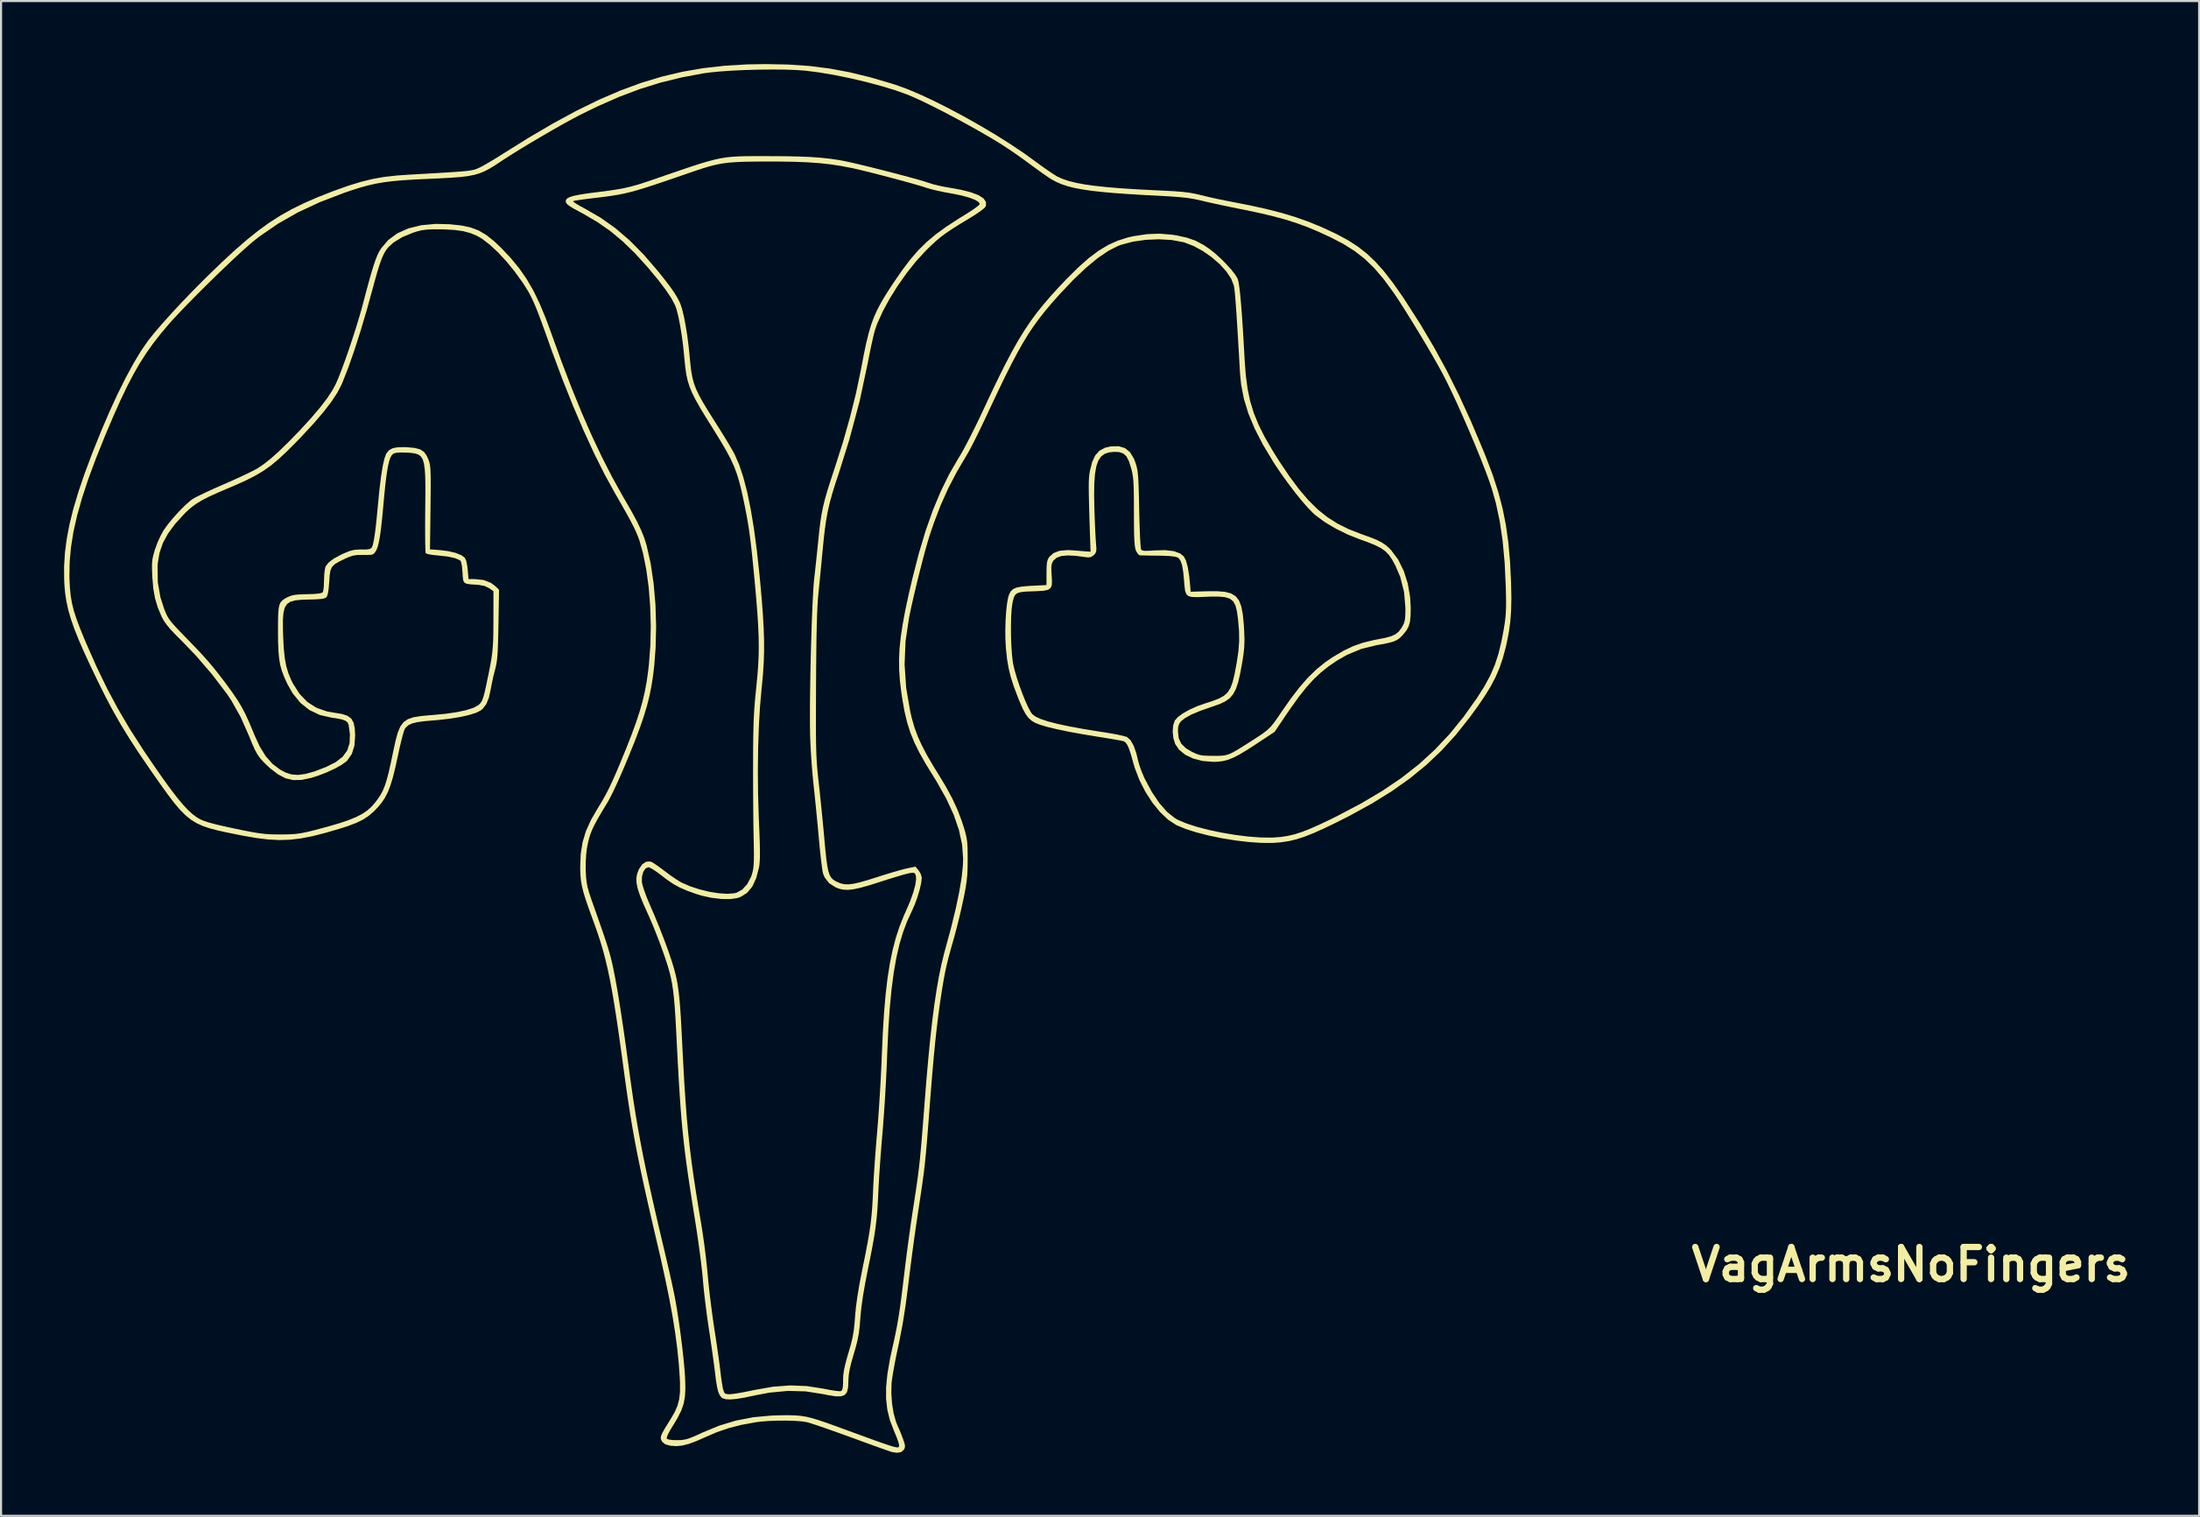
<source format=kicad_pcb>
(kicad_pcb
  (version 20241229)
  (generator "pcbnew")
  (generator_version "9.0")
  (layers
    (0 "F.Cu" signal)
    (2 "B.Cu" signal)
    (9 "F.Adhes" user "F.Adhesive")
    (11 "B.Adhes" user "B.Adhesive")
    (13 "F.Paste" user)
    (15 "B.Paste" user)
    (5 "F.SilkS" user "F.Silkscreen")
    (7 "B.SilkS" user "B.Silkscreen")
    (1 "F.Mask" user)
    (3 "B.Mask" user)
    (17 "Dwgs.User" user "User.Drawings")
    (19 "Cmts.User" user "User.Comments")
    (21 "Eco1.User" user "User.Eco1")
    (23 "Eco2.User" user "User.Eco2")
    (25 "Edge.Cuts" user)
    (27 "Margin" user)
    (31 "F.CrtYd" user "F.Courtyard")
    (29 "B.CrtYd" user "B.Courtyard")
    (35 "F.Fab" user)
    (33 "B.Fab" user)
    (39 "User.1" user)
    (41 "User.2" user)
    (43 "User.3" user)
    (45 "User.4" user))
  (footprint "VagArmsNoFingers"
    (layer "F.Cu")
    (at 33.896 30.035)
    (property "Reference" "VagArmsNoFingers" (at 54 27.1 0) (layer "F.SilkS") (effects (font (size 1.524 1.524) (thickness 0.3))))
    (attr board_only exclude_from_pos_files exclude_from_bom)
    (fp_poly (pts (xy -0.642 -25.654) (xy -0.381 -25.654) (xy 0.381 -25.65) (xy 1.035 -25.637) (xy 1.6 -25.614) (xy 2.097 -25.579) (xy 2.544 -25.532) (xy 2.96 -25.471) (xy 3.207 -25.426) (xy 3.463 -25.372) (xy 3.803 -25.294) (xy 4.206 -25.198) (xy 4.651 -25.088) (xy 5.117 -24.97) (xy 5.585 -24.849) (xy 6.034 -24.731) (xy 6.443 -24.621) (xy 6.791 -24.524) (xy 7.058 -24.445) (xy 7.223 -24.39) (xy 7.23 -24.387) (xy 7.437 -24.322) (xy 7.722 -24.251) (xy 8.04 -24.186) (xy 8.206 -24.158) (xy 8.805 -24.049) (xy 9.28 -23.926) (xy 9.633 -23.79) (xy 9.865 -23.638) (xy 9.978 -23.47) (xy 9.974 -23.285) (xy 9.967 -23.264) (xy 9.891 -23.175) (xy 9.721 -23.041) (xy 9.476 -22.873) (xy 9.196 -22.699) (xy 8.743 -22.425) (xy 8.378 -22.195) (xy 8.078 -21.993) (xy 7.822 -21.802) (xy 7.585 -21.604) (xy 7.346 -21.383) (xy 7.082 -21.122) (xy 7.08 -21.12) (xy 6.633 -20.63) (xy 6.191 -20.073) (xy 5.772 -19.476) (xy 5.391 -18.866) (xy 5.065 -18.267) (xy 4.812 -17.706) (xy 4.7 -17.395) (xy 4.647 -17.2) (xy 4.578 -16.908) (xy 4.499 -16.549) (xy 4.418 -16.151) (xy 4.346 -15.78) (xy 3.962 -13.985) (xy 3.47 -12.147) (xy 2.986 -10.604) (xy 2.804 -10.054) (xy 2.659 -9.583) (xy 2.543 -9.163) (xy 2.451 -8.765) (xy 2.376 -8.358) (xy 2.312 -7.913) (xy 2.253 -7.4) (xy 2.194 -6.795) (xy 2.151 -6.345) (xy 2.102 -5.835) (xy 2.052 -5.328) (xy 2.007 -4.882) (xy 2.004 -4.858) (xy 1.979 -4.57) (xy 1.958 -4.228) (xy 1.94 -3.822) (xy 1.925 -3.34) (xy 1.912 -2.773) (xy 1.903 -2.11) (xy 1.895 -1.34) (xy 1.89 -0.508) (xy 1.887 0.249) (xy 1.885 0.893) (xy 1.884 1.439) (xy 1.886 1.901) (xy 1.891 2.292) (xy 1.899 2.628) (xy 1.91 2.923) (xy 1.925 3.19) (xy 1.944 3.445) (xy 1.967 3.7) (xy 1.996 3.972) (xy 2.017 4.159) (xy 2.07 4.644) (xy 2.128 5.207) (xy 2.187 5.801) (xy 2.243 6.375) (xy 2.284 6.826) (xy 2.333 7.362) (xy 2.378 7.786) (xy 2.423 8.114) (xy 2.472 8.36) (xy 2.53 8.541) (xy 2.6 8.671) (xy 2.687 8.766) (xy 2.795 8.84) (xy 2.859 8.874) (xy 3.041 8.953) (xy 3.227 8.998) (xy 3.435 9.006) (xy 3.686 8.975) (xy 4.001 8.902) (xy 4.399 8.787) (xy 4.758 8.673) (xy 5.138 8.552) (xy 5.508 8.44) (xy 5.838 8.344) (xy 6.098 8.274) (xy 6.217 8.246) (xy 6.618 8.163) (xy 6.77 8.34) (xy 6.873 8.508) (xy 6.921 8.681) (xy 6.921 8.693) (xy 6.895 8.935) (xy 6.823 9.252) (xy 6.717 9.608) (xy 6.588 9.963) (xy 6.448 10.281) (xy 6.441 10.296) (xy 6.218 10.78) (xy 6.024 11.303) (xy 5.855 11.875) (xy 5.71 12.505) (xy 5.587 13.206) (xy 5.485 13.987) (xy 5.401 14.86) (xy 5.334 15.834) (xy 5.282 16.922) (xy 5.27 17.24) (xy 5.245 17.838) (xy 5.211 18.508) (xy 5.17 19.208) (xy 5.124 19.893) (xy 5.078 20.519) (xy 5.052 20.828) (xy 5.008 21.352) (xy 4.965 21.895) (xy 4.927 22.425) (xy 4.894 22.912) (xy 4.87 23.326) (xy 4.859 23.558) (xy 4.835 24.072) (xy 4.807 24.523) (xy 4.77 24.938) (xy 4.721 25.346) (xy 4.656 25.774) (xy 4.572 26.25) (xy 4.465 26.803) (xy 4.375 27.241) (xy 4.233 27.967) (xy 4.125 28.588) (xy 4.049 29.123) (xy 4.002 29.59) (xy 3.998 29.654) (xy 3.965 30.067) (xy 3.921 30.41) (xy 3.856 30.736) (xy 3.762 31.097) (xy 3.685 31.359) (xy 3.568 31.764) (xy 3.491 32.084) (xy 3.447 32.351) (xy 3.43 32.598) (xy 3.429 32.672) (xy 3.414 32.966) (xy 3.361 33.175) (xy 3.254 33.309) (xy 3.08 33.372) (xy 2.823 33.373) (xy 2.47 33.319) (xy 2.23 33.269) (xy 1.403 33.139) (xy 0.562 33.114) (xy -0.314 33.196) (xy -0.996 33.324) (xy -1.5 33.431) (xy -1.898 33.497) (xy -2.2 33.523) (xy -2.419 33.51) (xy -2.567 33.458) (xy -2.628 33.409) (xy -2.707 33.295) (xy -2.771 33.136) (xy -2.825 32.91) (xy -2.875 32.595) (xy -2.92 32.226) (xy -2.952 31.967) (xy -2.999 31.613) (xy -3.058 31.194) (xy -3.123 30.741) (xy -3.192 30.283) (xy -3.206 30.194) (xy -3.277 29.711) (xy -3.345 29.198) (xy -3.407 28.693) (xy -3.458 28.235) (xy -3.492 27.862) (xy -3.493 27.845) (xy -3.524 27.514) (xy -3.572 27.088) (xy -3.634 26.596) (xy -3.706 26.068) (xy -3.784 25.534) (xy -3.844 25.146) (xy -3.974 24.328) (xy -4.087 23.601) (xy -4.186 22.946) (xy -4.271 22.346) (xy -4.345 21.784) (xy -4.409 21.244) (xy -4.465 20.707) (xy -4.516 20.157) (xy -4.561 19.577) (xy -4.604 18.948) (xy -4.647 18.254) (xy -4.69 17.478) (xy -4.735 16.603) (xy -4.764 16.034) (xy -4.798 15.395) (xy -4.834 14.863) (xy -4.872 14.419) (xy -4.915 14.043) (xy -4.965 13.716) (xy -5.025 13.419) (xy -5.083 13.18) (xy -5.185 12.832) (xy -5.328 12.402) (xy -5.499 11.924) (xy -5.685 11.433) (xy -5.874 10.962) (xy -6.053 10.545) (xy -6.101 10.44) (xy -6.325 9.942) (xy -6.489 9.537) (xy -6.598 9.208) (xy -6.654 8.936) (xy -6.661 8.704) (xy -6.622 8.494) (xy -6.542 8.29) (xy -6.54 8.285) (xy -6.383 8.054) (xy -6.197 7.928) (xy -5.997 7.918) (xy -5.953 7.932) (xy -5.843 7.994) (xy -5.663 8.115) (xy -5.443 8.275) (xy -5.302 8.382) (xy -5.05 8.57) (xy -4.798 8.744) (xy -4.586 8.878) (xy -4.508 8.921) (xy -4.106 9.097) (xy -3.66 9.243) (xy -3.201 9.356) (xy -2.755 9.428) (xy -2.352 9.456) (xy -2.02 9.434) (xy -1.887 9.402) (xy -1.618 9.251) (xy -1.386 8.994) (xy -1.206 8.655) (xy -1.161 8.525) (xy -1.122 8.384) (xy -1.095 8.236) (xy -1.077 8.058) (xy -1.068 7.83) (xy -1.067 7.531) (xy -1.073 7.139) (xy -1.079 6.826) (xy -1.087 6.426) (xy -1.094 5.928) (xy -1.099 5.358) (xy -1.104 4.745) (xy -1.106 4.118) (xy -1.107 3.504) (xy -1.106 3.239) (xy -1.104 2.569) (xy -1.098 2.004) (xy -1.088 1.522) (xy -1.073 1.099) (xy -1.052 0.714) (xy -1.025 0.344) (xy -0.99 -0.033) (xy -0.963 -0.288) (xy -0.909 -0.835) (xy -0.869 -1.337) (xy -0.844 -1.817) (xy -0.835 -2.296) (xy -0.842 -2.797) (xy -0.866 -3.34) (xy -0.905 -3.949) (xy -0.961 -4.644) (xy -1.017 -5.271) (xy -1.083 -5.962) (xy -1.141 -6.548) (xy -1.195 -7.049) (xy -1.247 -7.484) (xy -1.301 -7.874) (xy -1.359 -8.24) (xy -1.424 -8.603) (xy -1.498 -8.982) (xy -1.56 -9.285) (xy -1.665 -9.76) (xy -1.768 -10.169) (xy -1.88 -10.535) (xy -2.01 -10.881) (xy -2.169 -11.23) (xy -2.367 -11.606) (xy -2.614 -12.03) (xy -2.919 -12.528) (xy -3.053 -12.743) (xy -3.379 -13.264) (xy -3.642 -13.7) (xy -3.849 -14.068) (xy -4.01 -14.389) (xy -4.13 -14.682) (xy -4.219 -14.967) (xy -4.284 -15.262) (xy -4.331 -15.587) (xy -4.37 -15.962) (xy -4.382 -16.091) (xy -4.435 -16.617) (xy -4.503 -17.131) (xy -4.581 -17.608) (xy -4.664 -18.025) (xy -4.749 -18.358) (xy -4.817 -18.552) (xy -4.99 -18.881) (xy -5.263 -19.289) (xy -5.633 -19.775) (xy -6.1 -20.338) (xy -6.114 -20.354) (xy -6.719 -21.023) (xy -7.305 -21.592) (xy -7.895 -22.084) (xy -8.515 -22.516) (xy -9.189 -22.911) (xy -9.331 -22.986) (xy -9.635 -23.151) (xy -9.84 -23.276) (xy -9.962 -23.374) (xy -10.016 -23.456) (xy -10.022 -23.48) (xy -10.018 -23.512) (xy -9.675 -23.512) (xy -9.646 -23.472) (xy -9.523 -23.387) (xy -9.326 -23.271) (xy -9.105 -23.152) (xy -8.359 -22.721) (xy -7.653 -22.22) (xy -6.971 -21.634) (xy -6.297 -20.95) (xy -5.645 -20.193) (xy -5.316 -19.783) (xy -5.061 -19.449) (xy -4.866 -19.171) (xy -4.718 -18.931) (xy -4.605 -18.711) (xy -4.57 -18.633) (xy -4.487 -18.384) (xy -4.401 -18.032) (xy -4.317 -17.599) (xy -4.239 -17.11) (xy -4.172 -16.588) (xy -4.126 -16.129) (xy -4.088 -15.735) (xy -4.047 -15.402) (xy -3.993 -15.11) (xy -3.92 -14.839) (xy -3.819 -14.569) (xy -3.683 -14.281) (xy -3.503 -13.954) (xy -3.272 -13.57) (xy -2.981 -13.107) (xy -2.844 -12.89) (xy -2.621 -12.537) (xy -2.408 -12.191) (xy -2.221 -11.879) (xy -2.073 -11.625) (xy -1.985 -11.462) (xy -1.769 -10.966) (xy -1.57 -10.368) (xy -1.387 -9.664) (xy -1.219 -8.851) (xy -1.066 -7.924) (xy -0.926 -6.879) (xy -0.8 -5.713) (xy -0.763 -5.323) (xy -0.691 -4.511) (xy -0.638 -3.802) (xy -0.602 -3.175) (xy -0.584 -2.609) (xy -0.583 -2.082) (xy -0.599 -1.571) (xy -0.631 -1.054) (xy -0.68 -0.511) (xy -0.703 -0.286) (xy -0.778 0.556) (xy -0.832 1.497) (xy -0.866 2.512) (xy -0.879 3.576) (xy -0.87 4.662) (xy -0.839 5.746) (xy -0.828 6.001) (xy -0.804 6.576) (xy -0.788 7.04) (xy -0.781 7.409) (xy -0.782 7.7) (xy -0.792 7.927) (xy -0.81 8.108) (xy -0.824 8.191) (xy -0.956 8.707) (xy -1.144 9.112) (xy -1.391 9.409) (xy -1.7 9.603) (xy -1.857 9.657) (xy -2.199 9.707) (xy -2.62 9.703) (xy -3.083 9.647) (xy -3.555 9.544) (xy -3.793 9.471) (xy -4.233 9.314) (xy -4.589 9.16) (xy -4.902 8.989) (xy -5.212 8.778) (xy -5.47 8.579) (xy -5.692 8.412) (xy -5.891 8.281) (xy -6.038 8.204) (xy -6.087 8.191) (xy -6.224 8.25) (xy -6.33 8.404) (xy -6.393 8.627) (xy -6.399 8.888) (xy -6.362 9.064) (xy -6.28 9.321) (xy -6.166 9.628) (xy -6.035 9.941) (xy -5.792 10.504) (xy -5.555 11.082) (xy -5.334 11.651) (xy -5.138 12.184) (xy -4.978 12.655) (xy -4.862 13.039) (xy -4.859 13.049) (xy -4.793 13.306) (xy -4.737 13.559) (xy -4.69 13.822) (xy -4.649 14.113) (xy -4.612 14.448) (xy -4.579 14.842) (xy -4.547 15.313) (xy -4.515 15.877) (xy -4.481 16.549) (xy -4.477 16.637) (xy -4.425 17.645) (xy -4.374 18.547) (xy -4.319 19.364) (xy -4.261 20.119) (xy -4.195 20.832) (xy -4.12 21.525) (xy -4.034 22.218) (xy -3.934 22.934) (xy -3.818 23.693) (xy -3.684 24.517) (xy -3.584 25.112) (xy -3.505 25.607) (xy -3.427 26.163) (xy -3.356 26.728) (xy -3.298 27.254) (xy -3.27 27.557) (xy -3.227 28.004) (xy -3.169 28.532) (xy -3.099 29.096) (xy -3.025 29.652) (xy -2.954 30.131) (xy -2.884 30.585) (xy -2.817 31.042) (xy -2.756 31.47) (xy -2.705 31.839) (xy -2.67 32.12) (xy -2.665 32.163) (xy -2.629 32.463) (xy -2.588 32.743) (xy -2.55 32.961) (xy -2.533 33.036) (xy -2.483 33.19) (xy -2.409 33.257) (xy -2.266 33.274) (xy -2.221 33.274) (xy -2.07 33.26) (xy -1.824 33.223) (xy -1.514 33.168) (xy -1.169 33.098) (xy -1.033 33.069) (xy -0.154 32.915) (xy 0.667 32.854) (xy 1.459 32.886) (xy 2.249 33.01) (xy 2.264 33.013) (xy 2.556 33.071) (xy 2.809 33.111) (xy 2.993 33.13) (xy 3.074 33.126) (xy 3.129 33.077) (xy 3.16 32.966) (xy 3.174 32.767) (xy 3.175 32.623) (xy 3.185 32.376) (xy 3.221 32.117) (xy 3.288 31.814) (xy 3.393 31.435) (xy 3.432 31.305) (xy 3.549 30.896) (xy 3.631 30.555) (xy 3.686 30.229) (xy 3.725 29.869) (xy 3.745 29.593) (xy 3.788 29.132) (xy 3.859 28.609) (xy 3.961 28.005) (xy 4.098 27.302) (xy 4.117 27.21) (xy 4.244 26.584) (xy 4.345 26.055) (xy 4.424 25.596) (xy 4.485 25.178) (xy 4.53 24.776) (xy 4.564 24.362) (xy 4.59 23.909) (xy 4.606 23.527) (xy 4.623 23.172) (xy 4.651 22.722) (xy 4.685 22.21) (xy 4.726 21.667) (xy 4.769 21.126) (xy 4.797 20.796) (xy 4.843 20.237) (xy 4.888 19.594) (xy 4.932 18.908) (xy 4.971 18.221) (xy 5.002 17.576) (xy 5.017 17.209) (xy 5.064 16.118) (xy 5.124 15.141) (xy 5.199 14.266) (xy 5.291 13.481) (xy 5.402 12.775) (xy 5.533 12.135) (xy 5.687 11.548) (xy 5.866 11.004) (xy 6.071 10.489) (xy 6.162 10.288) (xy 6.361 9.826) (xy 6.512 9.406) (xy 6.611 9.045) (xy 6.652 8.76) (xy 6.641 8.601) (xy 6.602 8.493) (xy 6.533 8.454) (xy 6.391 8.464) (xy 6.346 8.471) (xy 6.206 8.503) (xy 5.97 8.568) (xy 5.661 8.66) (xy 5.304 8.77) (xy 4.929 8.891) (xy 4.419 9.052) (xy 4.009 9.167) (xy 3.679 9.238) (xy 3.41 9.268) (xy 3.185 9.259) (xy 2.985 9.214) (xy 2.826 9.151) (xy 2.513 8.95) (xy 2.301 8.679) (xy 2.229 8.509) (xy 2.201 8.382) (xy 2.166 8.15) (xy 2.127 7.834) (xy 2.085 7.458) (xy 2.044 7.041) (xy 2.027 6.858) (xy 1.981 6.347) (xy 1.927 5.786) (xy 1.871 5.221) (xy 1.817 4.694) (xy 1.77 4.255) (xy 1.721 3.763) (xy 1.676 3.203) (xy 1.639 2.631) (xy 1.614 2.103) (xy 1.608 1.905) (xy 1.601 1.474) (xy 1.599 0.957) (xy 1.601 0.372) (xy 1.609 -0.264) (xy 1.62 -0.934) (xy 1.634 -1.621) (xy 1.651 -2.308) (xy 1.671 -2.977) (xy 1.693 -3.611) (xy 1.717 -4.194) (xy 1.742 -4.708) (xy 1.767 -5.136) (xy 1.793 -5.461) (xy 1.803 -5.556) (xy 1.846 -5.935) (xy 1.895 -6.387) (xy 1.946 -6.863) (xy 1.991 -7.31) (xy 2 -7.394) (xy 2.048 -7.858) (xy 2.097 -8.257) (xy 2.154 -8.616) (xy 2.223 -8.961) (xy 2.31 -9.317) (xy 2.422 -9.709) (xy 2.565 -10.164) (xy 2.743 -10.706) (xy 2.794 -10.858) (xy 3.173 -12.052) (xy 3.508 -13.233) (xy 3.792 -14.371) (xy 4.015 -15.435) (xy 4.026 -15.494) (xy 4.153 -16.158) (xy 4.269 -16.718) (xy 4.385 -17.194) (xy 4.506 -17.609) (xy 4.643 -17.983) (xy 4.802 -18.338) (xy 4.991 -18.696) (xy 5.219 -19.077) (xy 5.494 -19.502) (xy 5.584 -19.638) (xy 5.993 -20.23) (xy 6.375 -20.734) (xy 6.754 -21.172) (xy 7.151 -21.564) (xy 7.588 -21.931) (xy 8.088 -22.295) (xy 8.673 -22.676) (xy 8.985 -22.868) (xy 9.248 -23.034) (xy 9.465 -23.183) (xy 9.617 -23.301) (xy 9.683 -23.372) (xy 9.684 -23.378) (xy 9.623 -23.475) (xy 9.45 -23.577) (xy 9.179 -23.68) (xy 8.824 -23.778) (xy 8.401 -23.865) (xy 8.322 -23.878) (xy 7.98 -23.941) (xy 7.646 -24.012) (xy 7.362 -24.081) (xy 7.179 -24.135) (xy 6.975 -24.201) (xy 6.671 -24.291) (xy 6.291 -24.398) (xy 5.86 -24.516) (xy 5.4 -24.639) (xy 4.936 -24.76) (xy 4.492 -24.873) (xy 4.092 -24.973) (xy 3.759 -25.051) (xy 3.619 -25.082) (xy 3.11 -25.181) (xy 2.602 -25.259) (xy 2.074 -25.318) (xy 1.502 -25.359) (xy 0.863 -25.385) (xy 0.134 -25.396) (xy -0.349 -25.398) (xy -0.96 -25.395) (xy -1.466 -25.388) (xy -1.889 -25.372) (xy -2.252 -25.345) (xy -2.578 -25.303) (xy -2.887 -25.243) (xy -3.203 -25.162) (xy -3.547 -25.058) (xy -3.943 -24.926) (xy -4.128 -24.862) (xy -4.802 -24.629) (xy -5.373 -24.434) (xy -5.856 -24.272) (xy -6.267 -24.14) (xy -6.622 -24.032) (xy -6.937 -23.946) (xy -7.228 -23.877) (xy -7.511 -23.82) (xy -7.802 -23.771) (xy -8.116 -23.727) (xy -8.471 -23.683) (xy -8.73 -23.652) (xy -9.055 -23.612) (xy -9.334 -23.574) (xy -9.545 -23.541) (xy -9.661 -23.518) (xy -9.675 -23.512) (xy -10.018 -23.512) (xy -10.012 -23.57) (xy -9.947 -23.646) (xy -9.814 -23.713) (xy -9.6 -23.774) (xy -9.294 -23.833) (xy -8.881 -23.894) (xy -8.536 -23.938) (xy -8.028 -24.003) (xy -7.615 -24.064) (xy -7.262 -24.128) (xy -6.937 -24.202) (xy -6.608 -24.293) (xy -6.24 -24.41) (xy -5.874 -24.534) (xy -5.176 -24.775) (xy -4.583 -24.978) (xy -4.08 -25.148) (xy -3.651 -25.287) (xy -3.282 -25.397) (xy -2.958 -25.483) (xy -2.662 -25.548) (xy -2.38 -25.594) (xy -2.096 -25.624) (xy -1.796 -25.642) (xy -1.464 -25.651) (xy -1.084 -25.654)) (stroke (width 0) (type solid)) (fill yes) (layer "F.SilkS"))
    (fp_poly (pts (xy 0.563 -30.014) (xy 1.56 -29.946) (xy 2.521 -29.826) (xy 3.478 -29.648) (xy 4.465 -29.408) (xy 5.517 -29.099) (xy 5.683 -29.046) (xy 6.217 -28.853) (xy 6.832 -28.593) (xy 7.509 -28.277) (xy 8.228 -27.915) (xy 8.972 -27.517) (xy 9.719 -27.095) (xy 10.452 -26.659) (xy 11.15 -26.219) (xy 11.795 -25.786) (xy 12.297 -25.423) (xy 12.598 -25.202) (xy 12.889 -24.996) (xy 13.144 -24.824) (xy 13.337 -24.704) (xy 13.393 -24.672) (xy 13.64 -24.564) (xy 13.932 -24.467) (xy 14.279 -24.381) (xy 14.69 -24.305) (xy 15.175 -24.238) (xy 15.743 -24.178) (xy 16.406 -24.123) (xy 17.171 -24.074) (xy 18.049 -24.028) (xy 18.479 -24.008) (xy 18.962 -23.982) (xy 19.351 -23.95) (xy 19.679 -23.909) (xy 19.978 -23.853) (xy 20.225 -23.794) (xy 20.571 -23.71) (xy 20.979 -23.619) (xy 21.385 -23.535) (xy 21.59 -23.496) (xy 22.507 -23.317) (xy 23.318 -23.138) (xy 24.046 -22.952) (xy 24.711 -22.751) (xy 25.336 -22.529) (xy 25.943 -22.28) (xy 26.552 -21.997) (xy 26.725 -21.912) (xy 27.23 -21.637) (xy 27.687 -21.341) (xy 28.11 -21.008) (xy 28.515 -20.623) (xy 28.918 -20.171) (xy 29.334 -19.636) (xy 29.779 -19.004) (xy 29.918 -18.795) (xy 30.629 -17.686) (xy 31.286 -16.58) (xy 31.901 -15.454) (xy 32.486 -14.282) (xy 33.055 -13.04) (xy 33.62 -11.703) (xy 33.787 -11.29) (xy 34.102 -10.455) (xy 34.359 -9.662) (xy 34.563 -8.883) (xy 34.721 -8.092) (xy 34.837 -7.259) (xy 34.917 -6.359) (xy 34.966 -5.363) (xy 34.968 -5.3) (xy 34.981 -4.622) (xy 34.969 -4.035) (xy 34.93 -3.504) (xy 34.861 -2.997) (xy 34.759 -2.478) (xy 34.701 -2.233) (xy 34.57 -1.748) (xy 34.418 -1.3) (xy 34.233 -0.869) (xy 34.004 -0.431) (xy 33.72 0.034) (xy 33.37 0.548) (xy 32.978 1.085) (xy 32.337 1.891) (xy 31.662 2.631) (xy 30.939 3.318) (xy 30.153 3.961) (xy 29.29 4.572) (xy 28.337 5.163) (xy 27.279 5.744) (xy 26.638 6.068) (xy 26.054 6.349) (xy 25.557 6.571) (xy 25.126 6.741) (xy 24.741 6.865) (xy 24.381 6.95) (xy 24.024 7.004) (xy 23.649 7.032) (xy 23.622 7.033) (xy 23.088 7.032) (xy 22.489 6.992) (xy 21.852 6.917) (xy 21.206 6.812) (xy 20.576 6.682) (xy 19.99 6.532) (xy 19.474 6.368) (xy 19.057 6.194) (xy 19.029 6.181) (xy 18.642 5.926) (xy 18.26 5.564) (xy 17.896 5.117) (xy 17.565 4.603) (xy 17.28 4.043) (xy 17.055 3.457) (xy 16.982 3.206) (xy 16.874 2.82) (xy 16.781 2.543) (xy 16.696 2.357) (xy 16.611 2.245) (xy 16.534 2.197) (xy 16.439 2.174) (xy 16.241 2.136) (xy 15.96 2.087) (xy 15.62 2.031) (xy 15.245 1.971) (xy 14.543 1.855) (xy 13.911 1.739) (xy 13.362 1.625) (xy 12.906 1.515) (xy 12.555 1.412) (xy 12.335 1.326) (xy 12.154 1.221) (xy 12.002 1.087) (xy 11.864 0.902) (xy 11.726 0.645) (xy 11.573 0.297) (xy 11.492 0.095) (xy 11.298 -0.422) (xy 11.155 -0.869) (xy 11.053 -1.288) (xy 10.98 -1.719) (xy 10.929 -2.206) (xy 10.923 -2.266) (xy 10.901 -2.685) (xy 10.898 -3.132) (xy 10.911 -3.581) (xy 10.939 -4.003) (xy 10.981 -4.372) (xy 11.035 -4.661) (xy 11.079 -4.8) (xy 11.158 -4.944) (xy 11.269 -5.048) (xy 11.434 -5.119) (xy 11.675 -5.166) (xy 12.013 -5.196) (xy 12.16 -5.204) (xy 12.857 -5.239) (xy 12.858 -5.821) (xy 12.863 -6.116) (xy 12.881 -6.316) (xy 12.917 -6.454) (xy 12.978 -6.563) (xy 12.989 -6.578) (xy 13.195 -6.763) (xy 13.484 -6.871) (xy 13.865 -6.904) (xy 14.097 -6.892) (xy 14.359 -6.871) (xy 14.597 -6.852) (xy 14.759 -6.84) (xy 14.764 -6.84) (xy 14.954 -6.826) (xy 14.942 -7.176) (xy 14.918 -7.886) (xy 14.899 -8.482) (xy 14.885 -8.975) (xy 14.875 -9.377) (xy 14.869 -9.702) (xy 14.868 -9.96) (xy 14.871 -10.165) (xy 14.879 -10.328) (xy 14.891 -10.461) (xy 14.907 -10.577) (xy 14.921 -10.662) (xy 15.03 -11.093) (xy 15.179 -11.413) (xy 15.38 -11.636) (xy 15.644 -11.776) (xy 15.923 -11.839) (xy 16.296 -11.847) (xy 16.595 -11.756) (xy 16.832 -11.562) (xy 17.017 -11.256) (xy 17.095 -11.053) (xy 17.136 -10.919) (xy 17.169 -10.782) (xy 17.195 -10.624) (xy 17.215 -10.429) (xy 17.231 -10.178) (xy 17.244 -9.855) (xy 17.255 -9.442) (xy 17.266 -8.923) (xy 17.268 -8.826) (xy 17.279 -8.357) (xy 17.293 -7.926) (xy 17.308 -7.551) (xy 17.325 -7.25) (xy 17.341 -7.039) (xy 17.357 -6.936) (xy 17.36 -6.93) (xy 17.416 -6.888) (xy 17.53 -6.869) (xy 17.726 -6.87) (xy 17.978 -6.887) (xy 18.499 -6.901) (xy 18.91 -6.854) (xy 19.214 -6.745) (xy 19.39 -6.603) (xy 19.495 -6.407) (xy 19.582 -6.086) (xy 19.652 -5.645) (xy 19.7 -5.144) (xy 19.717 -4.921) (xy 20.479 -4.944) (xy 20.957 -4.947) (xy 21.338 -4.918) (xy 21.634 -4.843) (xy 21.857 -4.71) (xy 22.017 -4.507) (xy 22.128 -4.221) (xy 22.201 -3.839) (xy 22.248 -3.35) (xy 22.265 -3.056) (xy 22.279 -2.65) (xy 22.269 -2.298) (xy 22.232 -1.94) (xy 22.172 -1.556) (xy 22.075 -1.031) (xy 21.979 -0.616) (xy 21.871 -0.292) (xy 21.74 -0.043) (xy 21.575 0.148) (xy 21.362 0.299) (xy 21.09 0.427) (xy 20.747 0.549) (xy 20.701 0.564) (xy 20.166 0.751) (xy 19.749 0.927) (xy 19.444 1.097) (xy 19.264 1.24) (xy 19.17 1.364) (xy 19.124 1.518) (xy 19.113 1.734) (xy 19.151 2.056) (xy 19.273 2.314) (xy 19.495 2.529) (xy 19.78 2.699) (xy 19.97 2.788) (xy 20.134 2.844) (xy 20.312 2.875) (xy 20.543 2.887) (xy 20.796 2.889) (xy 21.034 2.889) (xy 21.223 2.881) (xy 21.384 2.858) (xy 21.541 2.81) (xy 21.716 2.73) (xy 21.931 2.608) (xy 22.21 2.436) (xy 22.573 2.206) (xy 22.574 2.205) (xy 22.909 1.99) (xy 23.161 1.82) (xy 23.353 1.671) (xy 23.512 1.52) (xy 23.659 1.345) (xy 23.821 1.121) (xy 24.022 0.826) (xy 24.022 0.826) (xy 24.476 0.175) (xy 24.898 -0.374) (xy 25.301 -0.835) (xy 25.702 -1.225) (xy 26.113 -1.56) (xy 26.48 -1.81) (xy 26.991 -2.111) (xy 27.46 -2.335) (xy 27.934 -2.501) (xy 28.458 -2.626) (xy 28.619 -2.656) (xy 28.995 -2.73) (xy 29.269 -2.807) (xy 29.469 -2.901) (xy 29.618 -3.023) (xy 29.744 -3.189) (xy 29.793 -3.27) (xy 29.863 -3.407) (xy 29.906 -3.548) (xy 29.929 -3.728) (xy 29.937 -3.981) (xy 29.937 -4.159) (xy 29.874 -4.913) (xy 29.691 -5.627) (xy 29.467 -6.153) (xy 29.312 -6.44) (xy 29.159 -6.666) (xy 28.985 -6.847) (xy 28.769 -7.001) (xy 28.49 -7.142) (xy 28.125 -7.288) (xy 27.792 -7.407) (xy 27.203 -7.64) (xy 26.633 -7.92) (xy 26.113 -8.228) (xy 25.677 -8.547) (xy 25.557 -8.652) (xy 25.314 -8.898) (xy 25.024 -9.23) (xy 24.703 -9.625) (xy 24.371 -10.06) (xy 24.043 -10.514) (xy 23.739 -10.962) (xy 23.643 -11.113) (xy 23.153 -11.93) (xy 22.762 -12.691) (xy 22.463 -13.411) (xy 22.25 -14.106) (xy 22.118 -14.791) (xy 22.067 -15.318) (xy 22.016 -16.218) (xy 21.97 -16.997) (xy 21.929 -17.66) (xy 21.893 -18.213) (xy 21.861 -18.662) (xy 21.833 -19.012) (xy 21.807 -19.268) (xy 21.785 -19.436) (xy 21.775 -19.49) (xy 21.646 -19.82) (xy 21.414 -20.167) (xy 21.1 -20.513) (xy 20.724 -20.84) (xy 20.306 -21.133) (xy 19.867 -21.373) (xy 19.427 -21.543) (xy 19.359 -21.562) (xy 18.814 -21.662) (xy 18.205 -21.697) (xy 17.575 -21.67) (xy 16.964 -21.582) (xy 16.414 -21.436) (xy 16.26 -21.379) (xy 15.801 -21.146) (xy 15.291 -20.798) (xy 14.734 -20.337) (xy 14.131 -19.765) (xy 13.484 -19.082) (xy 13.433 -19.025) (xy 13.094 -18.643) (xy 12.789 -18.28) (xy 12.508 -17.924) (xy 12.244 -17.561) (xy 11.988 -17.178) (xy 11.735 -16.763) (xy 11.474 -16.301) (xy 11.199 -15.781) (xy 10.901 -15.189) (xy 10.573 -14.511) (xy 10.207 -13.735) (xy 10.035 -13.367) (xy 9.833 -12.938) (xy 9.632 -12.521) (xy 9.442 -12.139) (xy 9.276 -11.814) (xy 9.143 -11.567) (xy 9.081 -11.462) (xy 8.596 -10.639) (xy 8.184 -9.85) (xy 7.825 -9.05) (xy 7.497 -8.195) (xy 7.302 -7.62) (xy 7.196 -7.273) (xy 7.071 -6.829) (xy 6.934 -6.314) (xy 6.792 -5.757) (xy 6.651 -5.183) (xy 6.519 -4.621) (xy 6.401 -4.098) (xy 6.315 -3.683) (xy 6.149 -2.566) (xy 6.104 -1.457) (xy 6.179 -0.344) (xy 6.375 0.79) (xy 6.451 1.107) (xy 6.572 1.533) (xy 6.726 1.953) (xy 6.923 2.389) (xy 7.173 2.865) (xy 7.488 3.402) (xy 7.694 3.734) (xy 8.066 4.35) (xy 8.367 4.906) (xy 8.612 5.433) (xy 8.815 5.964) (xy 8.931 6.318) (xy 9.002 6.563) (xy 9.051 6.776) (xy 9.082 6.99) (xy 9.099 7.24) (xy 9.105 7.562) (xy 9.106 7.811) (xy 9.102 8.211) (xy 9.087 8.545) (xy 9.057 8.856) (xy 9.006 9.19) (xy 8.929 9.59) (xy 8.903 9.716) (xy 8.808 10.153) (xy 8.692 10.641) (xy 8.571 11.123) (xy 8.458 11.544) (xy 8.445 11.589) (xy 8.303 12.087) (xy 8.192 12.499) (xy 8.104 12.857) (xy 8.03 13.195) (xy 7.964 13.548) (xy 7.897 13.95) (xy 7.87 14.116) (xy 7.784 14.688) (xy 7.706 15.263) (xy 7.633 15.86) (xy 7.563 16.495) (xy 7.495 17.189) (xy 7.427 17.959) (xy 7.356 18.825) (xy 7.302 19.526) (xy 7.25 20.208) (xy 7.205 20.782) (xy 7.166 21.271) (xy 7.129 21.692) (xy 7.093 22.067) (xy 7.056 22.415) (xy 7.015 22.757) (xy 6.968 23.112) (xy 6.912 23.5) (xy 6.846 23.942) (xy 6.768 24.457) (xy 6.731 24.701) (xy 6.648 25.259) (xy 6.558 25.897) (xy 6.467 26.569) (xy 6.381 27.23) (xy 6.306 27.832) (xy 6.286 28.003) (xy 6.155 29.019) (xy 6.01 29.939) (xy 5.845 30.794) (xy 5.805 30.98) (xy 5.714 31.405) (xy 5.632 31.822) (xy 5.563 32.203) (xy 5.512 32.52) (xy 5.484 32.744) (xy 5.483 32.758) (xy 5.473 33.23) (xy 5.507 33.716) (xy 5.581 34.176) (xy 5.689 34.57) (xy 5.752 34.726) (xy 5.869 34.993) (xy 5.986 35.283) (xy 6.039 35.428) (xy 6.105 35.63) (xy 6.126 35.757) (xy 6.103 35.852) (xy 6.063 35.92) (xy 5.931 36.032) (xy 5.727 36.06) (xy 5.493 36.022) (xy 5.403 35.993) (xy 5.209 35.925) (xy 4.929 35.826) (xy 4.577 35.699) (xy 4.171 35.552) (xy 3.725 35.389) (xy 3.588 35.339) (xy 3.12 35.169) (xy 2.674 35.01) (xy 2.269 34.868) (xy 1.923 34.75) (xy 1.655 34.662) (xy 1.483 34.61) (xy 1.46 34.604) (xy 1.213 34.565) (xy 0.873 34.54) (xy 0.474 34.529) (xy 0.047 34.531) (xy -0.373 34.547) (xy -0.753 34.577) (xy -0.969 34.605) (xy -1.655 34.73) (xy -2.262 34.885) (xy -2.833 35.081) (xy -3.365 35.31) (xy -3.81 35.506) (xy -4.173 35.64) (xy -4.48 35.717) (xy -4.755 35.743) (xy -5.023 35.726) (xy -5.049 35.722) (xy -5.279 35.66) (xy -5.421 35.548) (xy -5.439 35.522) (xy -5.486 35.437) (xy -5.502 35.35) (xy -5.481 35.242) (xy -5.414 35.093) (xy -5.295 34.883) (xy -5.116 34.594) (xy -5.043 34.478) (xy -4.845 34.14) (xy -4.708 33.831) (xy -4.624 33.517) (xy -4.585 33.164) (xy -4.584 32.738) (xy -4.596 32.48) (xy -4.644 31.794) (xy -4.716 31.091) (xy -4.813 30.356) (xy -4.938 29.573) (xy -5.094 28.727) (xy -5.284 27.801) (xy -5.509 26.781) (xy -5.675 26.067) (xy -5.911 25.059) (xy -6.118 24.156) (xy -6.3 23.342) (xy -6.46 22.599) (xy -6.601 21.909) (xy -6.728 21.256) (xy -6.842 20.622) (xy -6.948 19.99) (xy -7.049 19.342) (xy -7.148 18.662) (xy -7.243 17.971) (xy -7.377 16.985) (xy -7.5 16.114) (xy -7.613 15.344) (xy -7.72 14.662) (xy -7.824 14.058) (xy -7.925 13.517) (xy -8.028 13.029) (xy -8.134 12.579) (xy -8.246 12.157) (xy -8.367 11.749) (xy -8.499 11.344) (xy -8.645 10.928) (xy -8.732 10.691) (xy -8.92 10.177) (xy -9.064 9.758) (xy -9.172 9.412) (xy -9.247 9.115) (xy -9.295 8.847) (xy -9.322 8.583) (xy -9.333 8.302) (xy -9.334 8.173) (xy -9.308 7.556) (xy -9.221 7.002) (xy -9.064 6.477) (xy -8.824 5.946) (xy -8.5 5.384) (xy -8.297 5.052) (xy -8.119 4.736) (xy -7.951 4.409) (xy -7.778 4.039) (xy -7.585 3.598) (xy -7.447 3.27) (xy -7.14 2.524) (xy -6.885 1.873) (xy -6.675 1.297) (xy -6.504 0.777) (xy -6.367 0.293) (xy -6.258 -0.173) (xy -6.171 -0.642) (xy -6.102 -1.132) (xy -6.063 -1.471) (xy -5.995 -2.372) (xy -5.976 -3.297) (xy -6.003 -4.223) (xy -6.074 -5.123) (xy -6.189 -5.974) (xy -6.344 -6.75) (xy -6.518 -7.366) (xy -6.589 -7.564) (xy -6.681 -7.78) (xy -6.799 -8.029) (xy -6.953 -8.326) (xy -7.151 -8.686) (xy -7.399 -9.126) (xy -7.684 -9.62) (xy -8.171 -10.505) (xy -8.67 -11.503) (xy -9.175 -12.6) (xy -9.681 -13.783) (xy -10.182 -15.039) (xy -10.672 -16.354) (xy -10.784 -16.669) (xy -10.996 -17.264) (xy -11.174 -17.754) (xy -11.325 -18.157) (xy -11.457 -18.487) (xy -11.576 -18.761) (xy -11.689 -18.996) (xy -11.803 -19.207) (xy -11.926 -19.41) (xy -12.064 -19.622) (xy -12.085 -19.653) (xy -12.457 -20.169) (xy -12.851 -20.65) (xy -13.252 -21.081) (xy -13.642 -21.443) (xy -14.005 -21.721) (xy -14.248 -21.862) (xy -14.56 -21.991) (xy -14.9 -22.082) (xy -15.295 -22.138) (xy -15.774 -22.166) (xy -16.037 -22.17) (xy -16.389 -22.169) (xy -16.654 -22.156) (xy -16.874 -22.126) (xy -17.087 -22.074) (xy -17.295 -22.008) (xy -17.805 -21.797) (xy -18.219 -21.542) (xy -18.457 -21.327) (xy -18.569 -21.187) (xy -18.672 -21.015) (xy -18.772 -20.794) (xy -18.877 -20.506) (xy -18.992 -20.135) (xy -19.125 -19.664) (xy -19.179 -19.462) (xy -19.487 -18.347) (xy -19.788 -17.33) (xy -20.08 -16.418) (xy -20.36 -15.618) (xy -20.627 -14.935) (xy -20.693 -14.779) (xy -20.889 -14.4) (xy -21.171 -13.97) (xy -21.544 -13.485) (xy -22.011 -12.939) (xy -22.577 -12.328) (xy -22.853 -12.042) (xy -23.293 -11.601) (xy -23.681 -11.239) (xy -24.041 -10.938) (xy -24.402 -10.681) (xy -24.789 -10.449) (xy -25.228 -10.226) (xy -25.746 -9.992) (xy -26.102 -9.841) (xy -26.604 -9.626) (xy -27.007 -9.442) (xy -27.332 -9.275) (xy -27.597 -9.115) (xy -27.825 -8.949) (xy -28.035 -8.765) (xy -28.163 -8.64) (xy -28.611 -8.149) (xy -28.952 -7.687) (xy -29.197 -7.234) (xy -29.355 -6.769) (xy -29.437 -6.273) (xy -29.447 -6.128) (xy -29.436 -5.371) (xy -29.31 -4.65) (xy -29.135 -4.109) (xy -29.062 -3.926) (xy -28.989 -3.772) (xy -28.903 -3.628) (xy -28.788 -3.474) (xy -28.63 -3.292) (xy -28.414 -3.062) (xy -28.126 -2.766) (xy -28.064 -2.702) (xy -27.664 -2.289) (xy -27.333 -1.938) (xy -27.048 -1.619) (xy -26.785 -1.308) (xy -26.521 -0.976) (xy -26.232 -0.597) (xy -26.189 -0.54) (xy -25.892 -0.133) (xy -25.651 0.221) (xy -25.449 0.556) (xy -25.266 0.904) (xy -25.085 1.301) (xy -24.885 1.779) (xy -24.85 1.867) (xy -24.587 2.443) (xy -24.301 2.905) (xy -23.981 3.268) (xy -23.616 3.545) (xy -23.352 3.685) (xy -23.074 3.774) (xy -22.765 3.797) (xy -22.408 3.75) (xy -21.986 3.633) (xy -21.482 3.441) (xy -21.417 3.414) (xy -20.968 3.187) (xy -20.638 2.931) (xy -20.42 2.632) (xy -20.308 2.278) (xy -20.293 1.855) (xy -20.356 1.415) (xy -20.403 1.302) (xy -20.505 1.219) (xy -20.681 1.155) (xy -20.953 1.102) (xy -21.159 1.074) (xy -21.722 0.946) (xy -22.218 0.711) (xy -22.65 0.367) (xy -23.018 -0.086) (xy -23.271 -0.533) (xy -23.416 -0.85) (xy -23.526 -1.136) (xy -23.606 -1.418) (xy -23.66 -1.722) (xy -23.693 -2.073) (xy -23.711 -2.498) (xy -23.716 -3.023) (xy -23.716 -3.048) (xy -23.715 -3.501) (xy -23.707 -3.846) (xy -23.688 -4.1) (xy -23.652 -4.284) (xy -23.594 -4.414) (xy -23.51 -4.51) (xy -23.395 -4.59) (xy -23.287 -4.65) (xy -23.141 -4.717) (xy -22.983 -4.761) (xy -22.779 -4.787) (xy -22.498 -4.801) (xy -22.327 -4.805) (xy -21.982 -4.816) (xy -21.75 -4.838) (xy -21.619 -4.872) (xy -21.582 -4.901) (xy -21.556 -5.001) (xy -21.536 -5.191) (xy -21.526 -5.434) (xy -21.525 -5.493) (xy -21.514 -5.752) (xy -21.488 -5.976) (xy -21.452 -6.123) (xy -21.445 -6.138) (xy -21.3 -6.319) (xy -21.062 -6.497) (xy -20.718 -6.684) (xy -20.592 -6.743) (xy -20.319 -6.855) (xy -20.09 -6.913) (xy -19.842 -6.932) (xy -19.734 -6.932) (xy -19.495 -6.933) (xy -19.352 -6.954) (xy -19.273 -7) (xy -19.245 -7.041) (xy -19.198 -7.17) (xy -19.151 -7.388) (xy -19.102 -7.702) (xy -19.051 -8.121) (xy -18.997 -8.652) (xy -18.954 -9.112) (xy -18.884 -9.826) (xy -18.81 -10.421) (xy -18.734 -10.896) (xy -18.654 -11.248) (xy -18.573 -11.476) (xy -18.557 -11.505) (xy -18.435 -11.654) (xy -18.266 -11.749) (xy -18.026 -11.797) (xy -17.693 -11.804) (xy -17.556 -11.798) (xy -17.202 -11.764) (xy -16.948 -11.695) (xy -16.767 -11.576) (xy -16.635 -11.39) (xy -16.551 -11.201) (xy -16.518 -11.104) (xy -16.492 -10.998) (xy -16.473 -10.868) (xy -16.46 -10.699) (xy -16.452 -10.475) (xy -16.449 -10.181) (xy -16.449 -9.801) (xy -16.454 -9.321) (xy -16.458 -8.914) (xy -16.483 -6.938) (xy -16.004 -6.902) (xy -15.607 -6.852) (xy -15.259 -6.769) (xy -14.989 -6.659) (xy -14.831 -6.544) (xy -14.759 -6.398) (xy -14.707 -6.146) (xy -14.688 -5.976) (xy -14.65 -5.524) (xy -14.358 -5.524) (xy -13.931 -5.48) (xy -13.588 -5.348) (xy -13.397 -5.206) (xy -13.196 -5.018) (xy -13.225 -3.35) (xy -13.236 -2.822) (xy -13.248 -2.403) (xy -13.262 -2.072) (xy -13.28 -1.811) (xy -13.304 -1.601) (xy -13.335 -1.423) (xy -13.373 -1.258) (xy -13.387 -1.206) (xy -13.466 -0.897) (xy -13.539 -0.56) (xy -13.588 -0.296) (xy -13.679 0.121) (xy -13.806 0.433) (xy -13.979 0.656) (xy -14.085 0.74) (xy -14.307 0.847) (xy -14.636 0.949) (xy -15.053 1.042) (xy -15.539 1.121) (xy -16.075 1.182) (xy -16.336 1.204) (xy -16.77 1.242) (xy -17.097 1.288) (xy -17.336 1.348) (xy -17.506 1.428) (xy -17.627 1.534) (xy -17.68 1.605) (xy -17.722 1.712) (xy -17.783 1.92) (xy -17.857 2.206) (xy -17.936 2.545) (xy -17.998 2.833) (xy -18.127 3.422) (xy -18.246 3.904) (xy -18.365 4.298) (xy -18.491 4.622) (xy -18.633 4.896) (xy -18.798 5.139) (xy -18.994 5.37) (xy -19.158 5.536) (xy -19.398 5.745) (xy -19.664 5.921) (xy -19.984 6.078) (xy -20.383 6.23) (xy -20.733 6.343) (xy -21.443 6.551) (xy -22.063 6.71) (xy -22.621 6.819) (xy -23.141 6.881) (xy -23.651 6.897) (xy -24.177 6.87) (xy -24.746 6.8) (xy -25.383 6.69) (xy -25.601 6.647) (xy -26.128 6.541) (xy -26.577 6.442) (xy -26.961 6.341) (xy -27.293 6.229) (xy -27.587 6.096) (xy -27.855 5.931) (xy -28.111 5.725) (xy -28.368 5.468) (xy -28.639 5.15) (xy -28.937 4.761) (xy -29.276 4.292) (xy -29.668 3.733) (xy -29.857 3.461) (xy -30.362 2.72) (xy -30.802 2.044) (xy -31.196 1.4) (xy -31.562 0.758) (xy -31.919 0.086) (xy -32.285 -0.648) (xy -32.294 -0.667) (xy -32.656 -1.421) (xy -32.96 -2.08) (xy -33.211 -2.658) (xy -33.414 -3.169) (xy -33.574 -3.629) (xy -33.696 -4.051) (xy -33.784 -4.451) (xy -33.844 -4.843) (xy -33.88 -5.242) (xy -33.892 -5.482) (xy -33.893 -5.671) (xy -33.643 -5.671) (xy -33.638 -5.493) (xy -33.617 -5.087) (xy -33.58 -4.723) (xy -33.521 -4.376) (xy -33.433 -4.022) (xy -33.309 -3.637) (xy -33.144 -3.195) (xy -32.931 -2.673) (xy -32.848 -2.477) (xy -32.352 -1.355) (xy -31.854 -0.324) (xy -31.333 0.651) (xy -30.771 1.605) (xy -30.149 2.574) (xy -30.045 2.731) (xy -29.583 3.41) (xy -29.179 3.989) (xy -28.825 4.475) (xy -28.516 4.878) (xy -28.243 5.205) (xy -28 5.466) (xy -27.779 5.667) (xy -27.574 5.819) (xy -27.4 5.919) (xy -27.242 5.985) (xy -27.025 6.056) (xy -26.737 6.135) (xy -26.362 6.224) (xy -25.886 6.329) (xy -25.432 6.424) (xy -24.994 6.51) (xy -24.638 6.57) (xy -24.325 6.607) (xy -24.012 6.626) (xy -23.66 6.631) (xy -23.59 6.631) (xy -23.208 6.626) (xy -22.902 6.609) (xy -22.623 6.572) (xy -22.321 6.511) (xy -21.971 6.424) (xy -21.328 6.252) (xy -20.795 6.096) (xy -20.358 5.949) (xy -20.003 5.804) (xy -19.714 5.656) (xy -19.477 5.498) (xy -19.278 5.322) (xy -19.102 5.122) (xy -19.101 5.121) (xy -18.953 4.925) (xy -18.83 4.738) (xy -18.725 4.54) (xy -18.632 4.312) (xy -18.544 4.037) (xy -18.454 3.696) (xy -18.357 3.271) (xy -18.245 2.742) (xy -18.223 2.635) (xy -18.117 2.148) (xy -18.012 1.771) (xy -17.892 1.489) (xy -17.74 1.286) (xy -17.538 1.146) (xy -17.27 1.054) (xy -16.918 0.996) (xy -16.466 0.954) (xy -16.37 0.947) (xy -15.743 0.888) (xy -15.2 0.809) (xy -14.752 0.713) (xy -14.409 0.601) (xy -14.18 0.476) (xy -14.153 0.454) (xy -14.069 0.364) (xy -14.002 0.253) (xy -13.943 0.093) (xy -13.881 -0.14) (xy -13.807 -0.473) (xy -13.807 -0.476) (xy -13.701 -0.98) (xy -13.62 -1.388) (xy -13.56 -1.73) (xy -13.518 -2.035) (xy -13.491 -2.332) (xy -13.475 -2.65) (xy -13.467 -3.017) (xy -13.464 -3.463) (xy -13.464 -3.568) (xy -13.462 -4.944) (xy -13.664 -5.088) (xy -13.88 -5.195) (xy -14.168 -5.248) (xy -14.252 -5.255) (xy -14.544 -5.272) (xy -14.734 -5.298) (xy -14.844 -5.353) (xy -14.9 -5.457) (xy -14.923 -5.63) (xy -14.936 -5.847) (xy -14.965 -6.162) (xy -15.01 -6.353) (xy -15.055 -6.419) (xy -15.293 -6.521) (xy -15.647 -6.598) (xy -16.11 -6.648) (xy -16.115 -6.649) (xy -16.363 -6.674) (xy -16.56 -6.708) (xy -16.673 -6.745) (xy -16.686 -6.756) (xy -16.697 -6.835) (xy -16.705 -7.025) (xy -16.711 -7.309) (xy -16.714 -7.673) (xy -16.715 -8.1) (xy -16.712 -8.574) (xy -16.71 -8.795) (xy -16.703 -9.45) (xy -16.702 -9.99) (xy -16.711 -10.426) (xy -16.733 -10.769) (xy -16.772 -11.031) (xy -16.831 -11.223) (xy -16.914 -11.358) (xy -17.024 -11.445) (xy -17.166 -11.497) (xy -17.343 -11.526) (xy -17.559 -11.542) (xy -17.58 -11.543) (xy -17.882 -11.549) (xy -18.107 -11.531) (xy -18.212 -11.5) (xy -18.295 -11.43) (xy -18.367 -11.305) (xy -18.432 -11.115) (xy -18.492 -10.849) (xy -18.548 -10.496) (xy -18.604 -10.044) (xy -18.661 -9.484) (xy -18.698 -9.081) (xy -18.754 -8.48) (xy -18.806 -7.994) (xy -18.857 -7.609) (xy -18.909 -7.311) (xy -18.963 -7.089) (xy -19.022 -6.927) (xy -19.058 -6.86) (xy -19.125 -6.76) (xy -19.195 -6.703) (xy -19.304 -6.677) (xy -19.485 -6.671) (xy -19.649 -6.674) (xy -19.931 -6.67) (xy -20.148 -6.639) (xy -20.362 -6.566) (xy -20.523 -6.494) (xy -20.82 -6.349) (xy -21.022 -6.227) (xy -21.148 -6.097) (xy -21.22 -5.932) (xy -21.257 -5.7) (xy -21.278 -5.4) (xy -21.307 -5.051) (xy -21.345 -4.816) (xy -21.395 -4.681) (xy -21.413 -4.658) (xy -21.492 -4.612) (xy -21.632 -4.581) (xy -21.855 -4.562) (xy -22.181 -4.551) (xy -22.233 -4.551) (xy -22.614 -4.539) (xy -22.912 -4.507) (xy -23.136 -4.441) (xy -23.295 -4.327) (xy -23.4 -4.151) (xy -23.459 -3.898) (xy -23.483 -3.556) (xy -23.48 -3.111) (xy -23.47 -2.762) (xy -23.44 -2.208) (xy -23.392 -1.752) (xy -23.32 -1.367) (xy -23.216 -1.024) (xy -23.076 -0.695) (xy -23.006 -0.556) (xy -22.69 -0.06) (xy -22.32 0.324) (xy -21.889 0.6) (xy -21.388 0.775) (xy -21.078 0.83) (xy -20.693 0.892) (xy -20.417 0.979) (xy -20.232 1.111) (xy -20.12 1.305) (xy -20.063 1.581) (xy -20.044 1.916) (xy -20.078 2.402) (xy -20.203 2.8) (xy -20.418 3.109) (xy -20.475 3.164) (xy -20.707 3.329) (xy -21.029 3.506) (xy -21.409 3.681) (xy -21.812 3.836) (xy -22.133 3.938) (xy -22.59 4.035) (xy -22.989 4.044) (xy -23.356 3.958) (xy -23.716 3.771) (xy -24.096 3.476) (xy -24.186 3.394) (xy -24.399 3.189) (xy -24.564 3.005) (xy -24.7 2.812) (xy -24.825 2.581) (xy -24.957 2.283) (xy -25.086 1.964) (xy -25.489 1.052) (xy -25.934 0.259) (xy -26.15 -0.064) (xy -26.858 -0.993) (xy -27.629 -1.889) (xy -28.287 -2.572) (xy -28.6 -2.884) (xy -28.834 -3.133) (xy -29.007 -3.338) (xy -29.136 -3.52) (xy -29.236 -3.7) (xy -29.259 -3.747) (xy -29.441 -4.18) (xy -29.568 -4.607) (xy -29.65 -5.07) (xy -29.696 -5.61) (xy -29.699 -5.664) (xy -29.712 -5.999) (xy -29.712 -6.248) (xy -29.694 -6.451) (xy -29.654 -6.648) (xy -29.587 -6.881) (xy -29.57 -6.937) (xy -29.458 -7.244) (xy -29.315 -7.562) (xy -29.171 -7.827) (xy -29.155 -7.853) (xy -28.956 -8.13) (xy -28.703 -8.438) (xy -28.422 -8.747) (xy -28.144 -9.027) (xy -27.894 -9.248) (xy -27.783 -9.331) (xy -27.647 -9.409) (xy -27.416 -9.525) (xy -27.112 -9.67) (xy -26.758 -9.832) (xy -26.375 -10.001) (xy -26.295 -10.035) (xy -25.9 -10.209) (xy -25.519 -10.382) (xy -25.177 -10.543) (xy -24.9 -10.68) (xy -24.712 -10.781) (xy -24.693 -10.792) (xy -24.384 -11) (xy -24.043 -11.272) (xy -23.659 -11.616) (xy -23.221 -12.042) (xy -22.718 -12.56) (xy -22.669 -12.611) (xy -22.143 -13.185) (xy -21.712 -13.691) (xy -21.371 -14.137) (xy -21.113 -14.533) (xy -20.966 -14.81) (xy -20.837 -15.108) (xy -20.683 -15.502) (xy -20.512 -15.969) (xy -20.333 -16.482) (xy -20.155 -17.017) (xy -19.985 -17.548) (xy -19.833 -18.051) (xy -19.706 -18.499) (xy -19.687 -18.574) (xy -19.523 -19.196) (xy -19.384 -19.708) (xy -19.266 -20.123) (xy -19.163 -20.457) (xy -19.073 -20.721) (xy -18.99 -20.93) (xy -18.91 -21.097) (xy -18.828 -21.236) (xy -18.817 -21.253) (xy -18.473 -21.658) (xy -18.036 -21.98) (xy -17.509 -22.216) (xy -16.897 -22.366) (xy -16.203 -22.429) (xy -15.555 -22.413) (xy -15.012 -22.356) (xy -14.56 -22.262) (xy -14.167 -22.115) (xy -13.801 -21.9) (xy -13.429 -21.604) (xy -13.095 -21.286) (xy -12.638 -20.802) (xy -12.239 -20.317) (xy -11.886 -19.81) (xy -11.566 -19.259) (xy -11.266 -18.642) (xy -10.974 -17.939) (xy -10.728 -17.272) (xy -10.225 -15.882) (xy -9.736 -14.605) (xy -9.255 -13.427) (xy -8.777 -12.337) (xy -8.296 -11.321) (xy -7.807 -10.367) (xy -7.304 -9.461) (xy -7.175 -9.239) (xy -6.867 -8.705) (xy -6.624 -8.252) (xy -6.437 -7.858) (xy -6.293 -7.504) (xy -6.185 -7.166) (xy -6.17 -7.112) (xy -5.979 -6.257) (xy -5.84 -5.315) (xy -5.753 -4.313) (xy -5.721 -3.281) (xy -5.746 -2.247) (xy -5.808 -1.429) (xy -5.868 -0.917) (xy -5.943 -0.435) (xy -6.037 0.035) (xy -6.157 0.511) (xy -6.308 1.012) (xy -6.495 1.556) (xy -6.724 2.162) (xy -7.001 2.849) (xy -7.256 3.461) (xy -7.428 3.858) (xy -7.602 4.243) (xy -7.766 4.592) (xy -7.908 4.877) (xy -8.014 5.072) (xy -8.019 5.08) (xy -8.29 5.527) (xy -8.501 5.888) (xy -8.662 6.187) (xy -8.782 6.444) (xy -8.87 6.68) (xy -8.938 6.918) (xy -8.994 7.178) (xy -9.02 7.324) (xy -9.05 7.584) (xy -9.069 7.916) (xy -9.072 8.261) (xy -9.068 8.401) (xy -9.053 8.681) (xy -9.027 8.917) (xy -8.982 9.143) (xy -8.911 9.398) (xy -8.805 9.717) (xy -8.738 9.906) (xy -8.526 10.506) (xy -8.352 11.003) (xy -8.211 11.412) (xy -8.098 11.751) (xy -8.008 12.034) (xy -7.936 12.279) (xy -7.876 12.501) (xy -7.823 12.716) (xy -7.775 12.934) (xy -7.67 13.457) (xy -7.555 14.1) (xy -7.432 14.857) (xy -7.301 15.719) (xy -7.163 16.682) (xy -7.02 17.738) (xy -7.019 17.748) (xy -6.916 18.504) (xy -6.812 19.218) (xy -6.705 19.906) (xy -6.591 20.584) (xy -6.466 21.269) (xy -6.329 21.977) (xy -6.174 22.725) (xy -6 23.528) (xy -5.803 24.404) (xy -5.58 25.368) (xy -5.327 26.437) (xy -5.302 26.543) (xy -5.194 27.001) (xy -5.088 27.465) (xy -4.989 27.904) (xy -4.906 28.288) (xy -4.844 28.587) (xy -4.831 28.653) (xy -4.74 29.164) (xy -4.65 29.744) (xy -4.563 30.359) (xy -4.485 30.977) (xy -4.419 31.566) (xy -4.369 32.093) (xy -4.342 32.495) (xy -4.328 32.98) (xy -4.348 33.376) (xy -4.409 33.719) (xy -4.521 34.044) (xy -4.692 34.387) (xy -4.891 34.72) (xy -5.07 35.017) (xy -5.177 35.224) (xy -5.217 35.35) (xy -5.205 35.397) (xy -5.11 35.431) (xy -4.928 35.454) (xy -4.708 35.46) (xy -4.516 35.453) (xy -4.346 35.429) (xy -4.167 35.38) (xy -3.949 35.295) (xy -3.66 35.166) (xy -3.521 35.101) (xy -2.721 34.769) (xy -1.925 34.528) (xy -1.101 34.369) (xy -0.218 34.287) (xy 0.318 34.273) (xy 0.647 34.273) (xy 0.929 34.282) (xy 1.185 34.306) (xy 1.439 34.348) (xy 1.713 34.415) (xy 2.03 34.512) (xy 2.413 34.642) (xy 2.885 34.812) (xy 3.048 34.872) (xy 3.697 35.11) (xy 4.237 35.307) (xy 4.678 35.467) (xy 5.03 35.592) (xy 5.303 35.685) (xy 5.506 35.75) (xy 5.651 35.789) (xy 5.747 35.805) (xy 5.804 35.8) (xy 5.832 35.779) (xy 5.841 35.744) (xy 5.842 35.697) (xy 5.842 35.69) (xy 5.817 35.581) (xy 5.751 35.388) (xy 5.653 35.143) (xy 5.582 34.975) (xy 5.401 34.497) (xy 5.281 34.007) (xy 5.223 33.489) (xy 5.225 32.924) (xy 5.288 32.294) (xy 5.411 31.582) (xy 5.52 31.079) (xy 5.61 30.679) (xy 5.688 30.308) (xy 5.758 29.943) (xy 5.822 29.562) (xy 5.885 29.143) (xy 5.95 28.664) (xy 6.02 28.1) (xy 6.093 27.495) (xy 6.16 26.948) (xy 6.238 26.342) (xy 6.322 25.723) (xy 6.405 25.131) (xy 6.482 24.611) (xy 6.502 24.479) (xy 6.579 23.985) (xy 6.644 23.558) (xy 6.699 23.178) (xy 6.747 22.827) (xy 6.789 22.485) (xy 6.828 22.133) (xy 6.865 21.752) (xy 6.903 21.322) (xy 6.944 20.825) (xy 6.991 20.241) (xy 7.044 19.551) (xy 7.048 19.494) (xy 7.142 18.319) (xy 7.236 17.26) (xy 7.33 16.309) (xy 7.426 15.455) (xy 7.526 14.688) (xy 7.63 14) (xy 7.74 13.379) (xy 7.857 12.815) (xy 7.983 12.3) (xy 8.038 12.097) (xy 8.314 11.078) (xy 8.535 10.172) (xy 8.702 9.377) (xy 8.817 8.691) (xy 8.878 8.112) (xy 8.89 7.779) (xy 8.84 7.115) (xy 8.692 6.424) (xy 8.443 5.697) (xy 8.088 4.928) (xy 7.626 4.108) (xy 7.481 3.873) (xy 7.109 3.27) (xy 6.808 2.738) (xy 6.567 2.249) (xy 6.376 1.778) (xy 6.224 1.297) (xy 6.101 0.779) (xy 5.997 0.197) (xy 5.942 -0.177) (xy 5.88 -0.696) (xy 5.846 -1.197) (xy 5.84 -1.697) (xy 5.864 -2.215) (xy 5.921 -2.767) (xy 6.012 -3.371) (xy 6.138 -4.046) (xy 6.301 -4.808) (xy 6.476 -5.556) (xy 6.781 -6.743) (xy 7.103 -7.817) (xy 7.447 -8.794) (xy 7.82 -9.687) (xy 8.225 -10.512) (xy 8.67 -11.283) (xy 8.707 -11.34) (xy 8.847 -11.579) (xy 9.026 -11.909) (xy 9.231 -12.304) (xy 9.45 -12.739) (xy 9.668 -13.19) (xy 9.796 -13.462) (xy 10.199 -14.323) (xy 10.563 -15.081) (xy 10.895 -15.747) (xy 11.206 -16.337) (xy 11.502 -16.864) (xy 11.794 -17.34) (xy 12.088 -17.78) (xy 12.395 -18.197) (xy 12.722 -18.604) (xy 13.077 -19.016) (xy 13.471 -19.446) (xy 13.811 -19.804) (xy 14.359 -20.348) (xy 14.86 -20.793) (xy 15.332 -21.148) (xy 15.791 -21.425) (xy 16.254 -21.633) (xy 16.737 -21.785) (xy 16.996 -21.843) (xy 17.632 -21.94) (xy 18.221 -21.964) (xy 18.817 -21.916) (xy 19.066 -21.877) (xy 19.547 -21.771) (xy 19.954 -21.627) (xy 20.337 -21.423) (xy 20.603 -21.245) (xy 20.863 -21.041) (xy 21.139 -20.791) (xy 21.41 -20.519) (xy 21.651 -20.252) (xy 21.839 -20.012) (xy 21.952 -19.825) (xy 21.954 -19.82) (xy 21.995 -19.67) (xy 22.036 -19.407) (xy 22.079 -19.03) (xy 22.123 -18.535) (xy 22.169 -17.921) (xy 22.217 -17.185) (xy 22.267 -16.325) (xy 22.288 -15.938) (xy 22.342 -15.223) (xy 22.426 -14.584) (xy 22.549 -13.996) (xy 22.72 -13.435) (xy 22.947 -12.875) (xy 23.239 -12.292) (xy 23.604 -11.66) (xy 23.923 -11.151) (xy 24.41 -10.425) (xy 24.869 -9.807) (xy 25.315 -9.284) (xy 25.759 -8.844) (xy 26.218 -8.476) (xy 26.703 -8.166) (xy 27.23 -7.904) (xy 27.811 -7.676) (xy 27.855 -7.66) (xy 28.261 -7.515) (xy 28.57 -7.39) (xy 28.807 -7.271) (xy 28.996 -7.144) (xy 29.165 -6.996) (xy 29.267 -6.889) (xy 29.594 -6.449) (xy 29.857 -5.918) (xy 30.049 -5.317) (xy 30.162 -4.669) (xy 30.191 -4.159) (xy 30.184 -3.778) (xy 30.154 -3.491) (xy 30.089 -3.265) (xy 29.979 -3.067) (xy 29.815 -2.866) (xy 29.763 -2.811) (xy 29.645 -2.699) (xy 29.516 -2.613) (xy 29.353 -2.545) (xy 29.129 -2.484) (xy 28.82 -2.422) (xy 28.575 -2.379) (xy 27.844 -2.201) (xy 27.159 -1.917) (xy 26.68 -1.642) (xy 26.281 -1.37) (xy 25.918 -1.08) (xy 25.574 -0.757) (xy 25.232 -0.381) (xy 24.878 0.064) (xy 24.494 0.596) (xy 24.256 0.944) (xy 23.714 1.746) (xy 22.827 2.334) (xy 22.393 2.614) (xy 22.039 2.826) (xy 21.743 2.979) (xy 21.483 3.081) (xy 21.238 3.142) (xy 20.986 3.17) (xy 20.792 3.175) (xy 20.292 3.135) (xy 19.843 3.02) (xy 19.462 2.839) (xy 19.167 2.6) (xy 18.981 2.325) (xy 18.895 2.046) (xy 18.863 1.735) (xy 18.886 1.44) (xy 18.963 1.209) (xy 18.965 1.206) (xy 19.114 1.04) (xy 19.362 0.86) (xy 19.684 0.681) (xy 20.054 0.517) (xy 20.384 0.401) (xy 20.773 0.276) (xy 21.076 0.157) (xy 21.308 0.026) (xy 21.482 -0.135) (xy 21.613 -0.345) (xy 21.716 -0.622) (xy 21.804 -0.985) (xy 21.892 -1.451) (xy 21.911 -1.556) (xy 21.991 -2.091) (xy 22.026 -2.573) (xy 22.02 -3.058) (xy 21.973 -3.604) (xy 21.969 -3.641) (xy 21.919 -3.998) (xy 21.85 -4.267) (xy 21.745 -4.46) (xy 21.588 -4.588) (xy 21.363 -4.661) (xy 21.052 -4.691) (xy 20.64 -4.689) (xy 20.405 -4.679) (xy 20.042 -4.665) (xy 19.786 -4.671) (xy 19.616 -4.711) (xy 19.513 -4.803) (xy 19.455 -4.959) (xy 19.424 -5.196) (xy 19.406 -5.428) (xy 19.366 -5.85) (xy 19.314 -6.161) (xy 19.245 -6.376) (xy 19.155 -6.51) (xy 19.095 -6.554) (xy 18.955 -6.593) (xy 18.7 -6.621) (xy 18.342 -6.636) (xy 18.161 -6.638) (xy 17.851 -6.641) (xy 17.583 -6.646) (xy 17.386 -6.65) (xy 17.287 -6.655) (xy 17.285 -6.656) (xy 17.208 -6.717) (xy 17.125 -6.854) (xy 17.11 -6.888) (xy 17.08 -6.988) (xy 17.057 -7.135) (xy 17.04 -7.345) (xy 17.028 -7.632) (xy 17.021 -8.011) (xy 17.018 -8.496) (xy 17.018 -8.709) (xy 17.017 -9.218) (xy 17.013 -9.62) (xy 17.005 -9.934) (xy 16.992 -10.181) (xy 16.972 -10.381) (xy 16.945 -10.552) (xy 16.908 -10.715) (xy 16.886 -10.8) (xy 16.779 -11.137) (xy 16.661 -11.365) (xy 16.512 -11.502) (xy 16.315 -11.567) (xy 16.097 -11.58) (xy 15.836 -11.555) (xy 15.622 -11.483) (xy 15.452 -11.354) (xy 15.321 -11.158) (xy 15.227 -10.885) (xy 15.165 -10.525) (xy 15.132 -10.067) (xy 15.124 -9.503) (xy 15.136 -8.905) (xy 15.15 -8.48) (xy 15.166 -8.071) (xy 15.183 -7.706) (xy 15.199 -7.411) (xy 15.214 -7.214) (xy 15.215 -7.198) (xy 15.232 -6.974) (xy 15.221 -6.834) (xy 15.174 -6.735) (xy 15.114 -6.668) (xy 14.982 -6.573) (xy 14.825 -6.555) (xy 14.742 -6.565) (xy 14.247 -6.63) (xy 13.858 -6.649) (xy 13.561 -6.62) (xy 13.344 -6.542) (xy 13.193 -6.412) (xy 13.165 -6.373) (xy 13.112 -6.261) (xy 13.088 -6.11) (xy 13.09 -5.888) (xy 13.101 -5.722) (xy 13.118 -5.431) (xy 13.107 -5.226) (xy 13.048 -5.091) (xy 12.924 -5.01) (xy 12.717 -4.968) (xy 12.41 -4.949) (xy 12.226 -4.943) (xy 11.874 -4.929) (xy 11.627 -4.902) (xy 11.463 -4.851) (xy 11.359 -4.762) (xy 11.294 -4.624) (xy 11.244 -4.422) (xy 11.236 -4.38) (xy 11.198 -4.098) (xy 11.175 -3.721) (xy 11.165 -3.284) (xy 11.168 -2.819) (xy 11.184 -2.359) (xy 11.213 -1.937) (xy 11.253 -1.584) (xy 11.269 -1.491) (xy 11.339 -1.189) (xy 11.442 -0.835) (xy 11.568 -0.455) (xy 11.708 -0.075) (xy 11.851 0.28) (xy 11.989 0.582) (xy 12.11 0.807) (xy 12.182 0.906) (xy 12.335 1.021) (xy 12.581 1.135) (xy 12.925 1.25) (xy 13.374 1.366) (xy 13.932 1.485) (xy 14.605 1.609) (xy 15.398 1.738) (xy 15.643 1.775) (xy 15.979 1.831) (xy 16.282 1.889) (xy 16.525 1.944) (xy 16.677 1.99) (xy 16.698 1.999) (xy 16.855 2.143) (xy 17 2.396) (xy 17.126 2.743) (xy 17.207 3.08) (xy 17.273 3.323) (xy 17.378 3.62) (xy 17.503 3.915) (xy 17.528 3.969) (xy 17.873 4.612) (xy 18.233 5.145) (xy 18.602 5.563) (xy 18.978 5.861) (xy 19.111 5.936) (xy 19.509 6.105) (xy 20.006 6.266) (xy 20.576 6.414) (xy 21.191 6.544) (xy 21.824 6.651) (xy 22.448 6.729) (xy 23.036 6.774) (xy 23.559 6.781) (xy 23.669 6.777) (xy 24.009 6.75) (xy 24.333 6.701) (xy 24.661 6.624) (xy 25.011 6.512) (xy 25.403 6.359) (xy 25.857 6.158) (xy 26.391 5.903) (xy 26.702 5.749) (xy 27.824 5.158) (xy 28.835 4.56) (xy 29.747 3.943) (xy 30.576 3.293) (xy 31.336 2.599) (xy 32.042 1.849) (xy 32.708 1.031) (xy 33.338 0.146) (xy 33.687 -0.402) (xy 33.965 -0.912) (xy 34.186 -1.419) (xy 34.363 -1.956) (xy 34.509 -2.559) (xy 34.615 -3.117) (xy 34.663 -3.415) (xy 34.697 -3.678) (xy 34.718 -3.936) (xy 34.728 -4.221) (xy 34.728 -4.56) (xy 34.719 -4.985) (xy 34.714 -5.175) (xy 34.661 -6.306) (xy 34.566 -7.331) (xy 34.428 -8.268) (xy 34.245 -9.131) (xy 34.054 -9.811) (xy 33.914 -10.226) (xy 33.726 -10.732) (xy 33.5 -11.307) (xy 33.247 -11.928) (xy 32.974 -12.573) (xy 32.693 -13.219) (xy 32.413 -13.845) (xy 32.142 -14.426) (xy 31.892 -14.943) (xy 31.706 -15.303) (xy 31.487 -15.704) (xy 31.218 -16.176) (xy 30.914 -16.695) (xy 30.591 -17.235) (xy 30.264 -17.77) (xy 29.949 -18.277) (xy 29.66 -18.729) (xy 29.412 -19.102) (xy 29.355 -19.185) (xy 28.9 -19.803) (xy 28.458 -20.322) (xy 28.006 -20.76) (xy 27.519 -21.14) (xy 26.973 -21.482) (xy 26.346 -21.806) (xy 26.337 -21.81) (xy 25.793 -22.06) (xy 25.277 -22.276) (xy 24.763 -22.464) (xy 24.229 -22.634) (xy 23.648 -22.792) (xy 22.998 -22.946) (xy 22.252 -23.103) (xy 22.011 -23.151) (xy 21.588 -23.237) (xy 21.154 -23.328) (xy 20.747 -23.417) (xy 20.403 -23.495) (xy 20.225 -23.538) (xy 19.902 -23.609) (xy 19.559 -23.664) (xy 19.165 -23.706) (xy 18.688 -23.74) (xy 18.447 -23.753) (xy 17.538 -23.801) (xy 16.746 -23.849) (xy 16.06 -23.898) (xy 15.469 -23.952) (xy 14.962 -24.009) (xy 14.529 -24.074) (xy 14.159 -24.146) (xy 13.842 -24.228) (xy 13.567 -24.321) (xy 13.323 -24.427) (xy 13.108 -24.542) (xy 12.954 -24.641) (xy 12.727 -24.797) (xy 12.454 -24.991) (xy 12.162 -25.205) (xy 12.081 -25.265) (xy 11.747 -25.51) (xy 11.381 -25.768) (xy 11.026 -26.01) (xy 10.727 -26.206) (xy 10.715 -26.214) (xy 10.241 -26.503) (xy 9.706 -26.814) (xy 9.134 -27.135) (xy 8.545 -27.455) (xy 7.962 -27.762) (xy 7.407 -28.043) (xy 6.902 -28.289) (xy 6.47 -28.485) (xy 6.253 -28.576) (xy 5.683 -28.781) (xy 5.019 -28.984) (xy 4.291 -29.179) (xy 3.532 -29.358) (xy 2.775 -29.513) (xy 2.05 -29.636) (xy 1.389 -29.721) (xy 1.374 -29.722) (xy 0.929 -29.754) (xy 0.392 -29.772) (xy -0.209 -29.777) (xy -0.846 -29.77) (xy -1.489 -29.752) (xy -2.11 -29.723) (xy -2.682 -29.684) (xy -3.175 -29.635) (xy -3.461 -29.596) (xy -4.512 -29.399) (xy -5.515 -29.152) (xy -6.497 -28.846) (xy -7.488 -28.472) (xy -8.514 -28.02) (xy -9.335 -27.619) (xy -9.705 -27.424) (xy -10.155 -27.177) (xy -10.657 -26.892) (xy -11.185 -26.586) (xy -11.713 -26.274) (xy -12.214 -25.971) (xy -12.661 -25.693) (xy -13.029 -25.456) (xy -13.099 -25.409) (xy -13.392 -25.215) (xy -13.649 -25.058) (xy -13.889 -24.932) (xy -14.13 -24.834) (xy -14.391 -24.759) (xy -14.69 -24.702) (xy -15.045 -24.659) (xy -15.475 -24.626) (xy -15.999 -24.597) (xy -16.51 -24.574) (xy -17.184 -24.543) (xy -17.754 -24.507) (xy -18.242 -24.465) (xy -18.672 -24.411) (xy -19.066 -24.343) (xy -19.447 -24.256) (xy -19.837 -24.147) (xy -20.26 -24.012) (xy -20.578 -23.903) (xy -21.728 -23.462) (xy -22.772 -22.975) (xy -23.723 -22.433) (xy -24.598 -21.83) (xy -24.821 -21.657) (xy -25.084 -21.436) (xy -25.418 -21.139) (xy -25.807 -20.78) (xy -26.235 -20.375) (xy -26.686 -19.941) (xy -27.144 -19.492) (xy -27.593 -19.044) (xy -28.018 -18.612) (xy -28.401 -18.214) (xy -28.728 -17.863) (xy -28.925 -17.642) (xy -29.314 -17.18) (xy -29.667 -16.726) (xy -29.994 -16.265) (xy -30.303 -15.781) (xy -30.603 -15.258) (xy -30.904 -14.679) (xy -31.215 -14.029) (xy -31.544 -13.292) (xy -31.901 -12.453) (xy -31.957 -12.319) (xy -32.387 -11.249) (xy -32.748 -10.273) (xy -33.043 -9.376) (xy -33.276 -8.548) (xy -33.45 -7.775) (xy -33.567 -7.047) (xy -33.63 -6.349) (xy -33.643 -5.671) (xy -33.893 -5.671) (xy -33.896 -6.118) (xy -33.857 -6.763) (xy -33.772 -7.429) (xy -33.639 -8.13) (xy -33.454 -8.876) (xy -33.213 -9.681) (xy -32.915 -10.556) (xy -32.555 -11.515) (xy -32.132 -12.569) (xy -32.13 -12.573) (xy -31.74 -13.483) (xy -31.349 -14.332) (xy -30.962 -15.108) (xy -30.587 -15.798) (xy -30.23 -16.391) (xy -29.897 -16.872) (xy -29.887 -16.885) (xy -29.604 -17.239) (xy -29.241 -17.662) (xy -28.816 -18.136) (xy -28.343 -18.646) (xy -27.838 -19.172) (xy -27.317 -19.7) (xy -27.104 -19.911) (xy -26.412 -20.58) (xy -25.785 -21.161) (xy -25.205 -21.666) (xy -24.658 -22.105) (xy -24.126 -22.49) (xy -23.594 -22.83) (xy -23.045 -23.137) (xy -22.464 -23.422) (xy -21.834 -23.696) (xy -21.139 -23.97) (xy -21.049 -24.003) (xy -20.377 -24.243) (xy -19.778 -24.428) (xy -19.217 -24.566) (xy -18.656 -24.665) (xy -18.059 -24.732) (xy -17.558 -24.767) (xy -16.855 -24.807) (xy -16.268 -24.841) (xy -15.784 -24.87) (xy -15.392 -24.895) (xy -15.08 -24.917) (xy -14.836 -24.938) (xy -14.648 -24.959) (xy -14.505 -24.981) (xy -14.395 -25.004) (xy -14.307 -25.031) (xy -14.228 -25.062) (xy -14.147 -25.098) (xy -14.141 -25.101) (xy -13.966 -25.191) (xy -13.715 -25.334) (xy -13.418 -25.511) (xy -13.105 -25.705) (xy -13.018 -25.761) (xy -11.777 -26.535) (xy -10.609 -27.22) (xy -9.503 -27.819) (xy -8.445 -28.336) (xy -7.424 -28.776) (xy -6.427 -29.142) (xy -5.443 -29.44) (xy -4.459 -29.672) (xy -3.462 -29.843) (xy -2.442 -29.958) (xy -1.386 -30.021) (xy -0.506 -30.035)) (stroke (width 0) (type solid)) (fill yes) (layer "F.SilkS")))
  (gr_rect
    (start -3 -3)
    (end 101.608 69.096)
    (stroke (width 0.1) (type default))
    (fill no)
    (layer "Edge.Cuts")))
</source>
